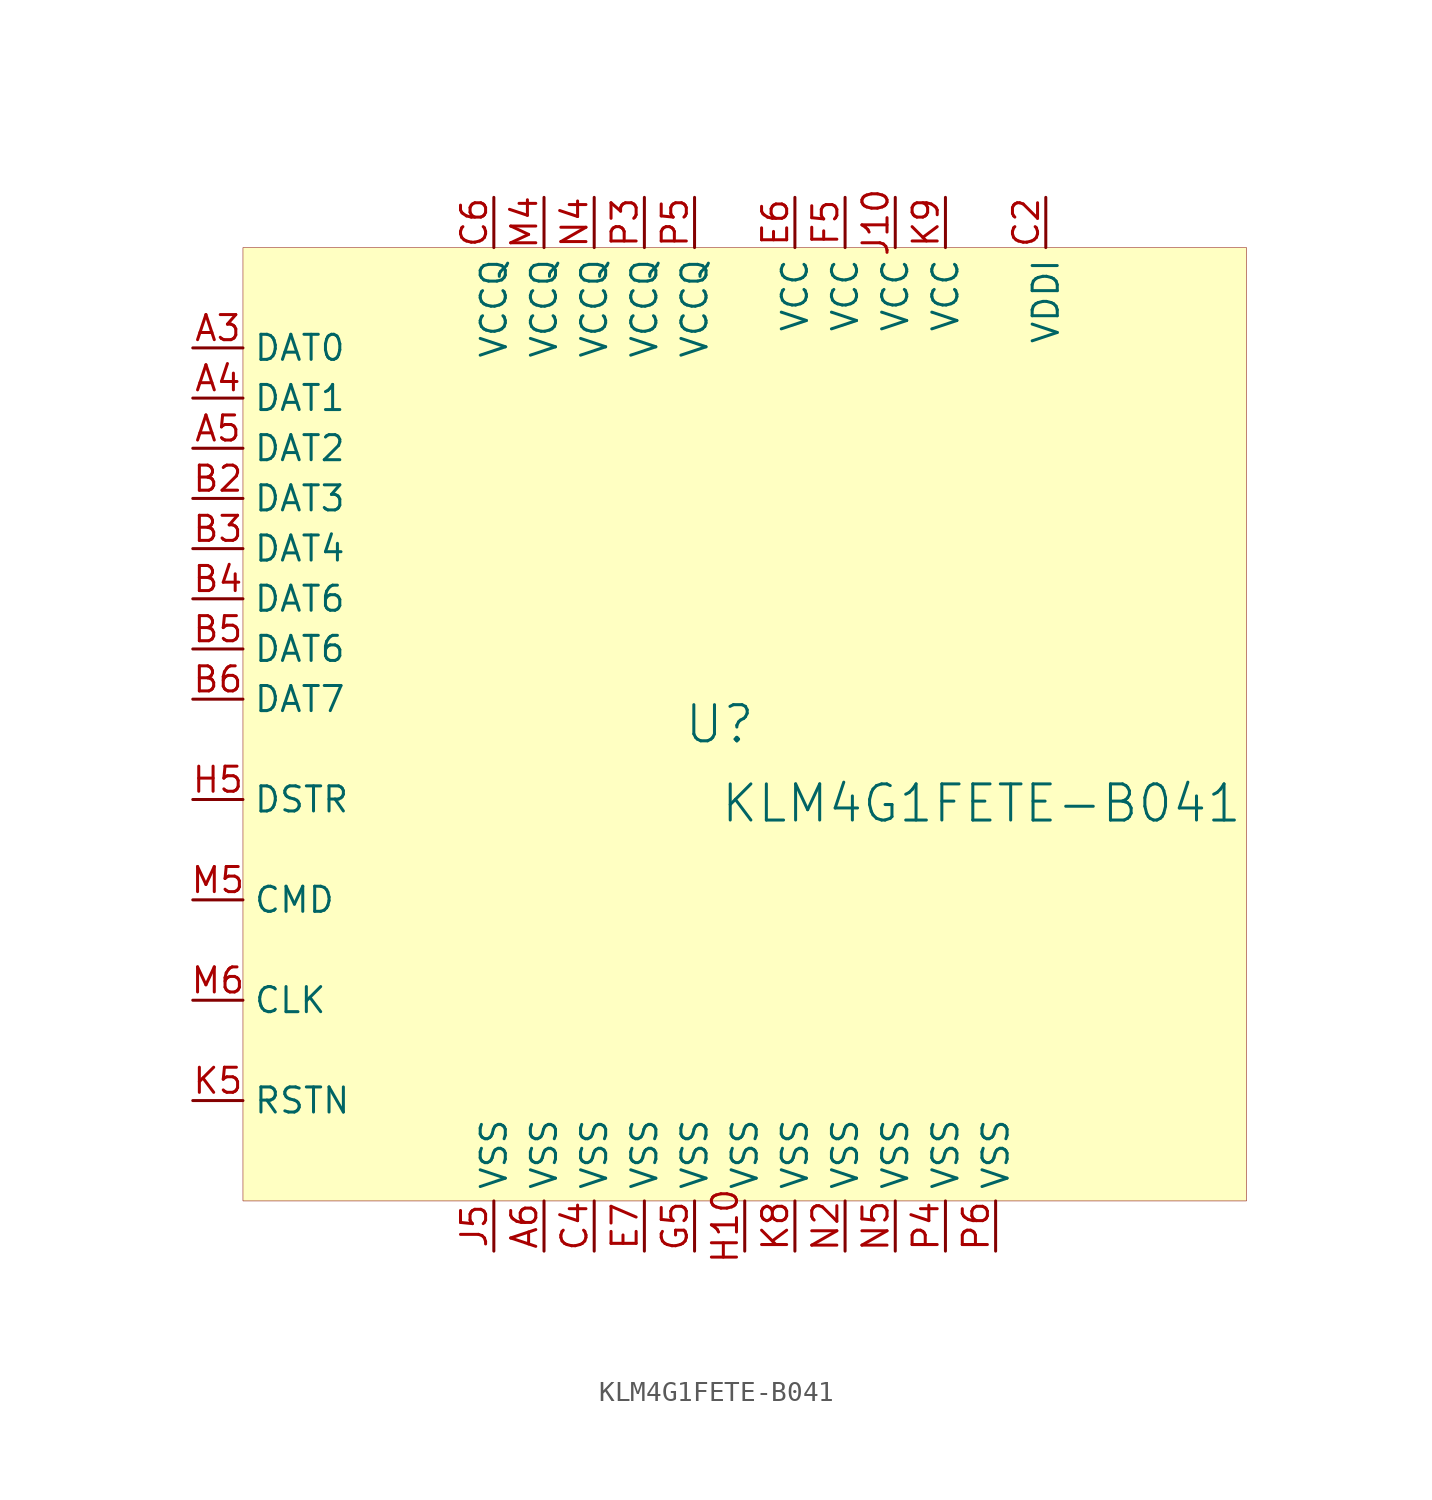
<source format=kicad_sym>
(kicad_symbol_lib
  (version 20231120)
  (generator "kicad_symbol_editor")
  (generator_version "8.0")
  (symbol "KLM4G1FETE-B041"
    (property "Reference" "U"
      (at -1.27 1.27 0)
      (effects (font (size 1.829 1.829))))
    (property "Value" "KLM4G1FETE-B041"
      (at -1.27 -3.81 0)
      (effects (font (size 1.829 1.829)) (justify left bottom)))
    (symbol "KLM4G1FETE-B041_1_0"
      (rectangle (start 25.4 25.4) (end -25.4 -22.86) (stroke (width 0.025) (type solid) (color 128 0 0 1)) (fill (type background)))
      (pin bidirectional line (at -27.94 20.32 0) (length 2.54) (name "DAT0" (effects (font (size 1.27 1.27)))) (number "A3" (effects (font (size 1.27 1.27)))))
      (pin bidirectional line (at -27.94 17.78 0) (length 2.54) (name "DAT1" (effects (font (size 1.27 1.27)))) (number "A4" (effects (font (size 1.27 1.27)))))
      (pin bidirectional line (at -27.94 15.24 0) (length 2.54) (name "DAT2" (effects (font (size 1.27 1.27)))) (number "A5" (effects (font (size 1.27 1.27)))))
      (pin power_in line (at -10.16 -25.4 90) (length 2.54) (name "VSS" (effects (font (size 1.27 1.27)))) (number "A6" (effects (font (size 1.27 1.27)))))
      (pin bidirectional line (at -27.94 12.7 0) (length 2.54) (name "DAT3" (effects (font (size 1.27 1.27)))) (number "B2" (effects (font (size 1.27 1.27)))))
      (pin bidirectional line (at -27.94 10.16 0) (length 2.54) (name "DAT4" (effects (font (size 1.27 1.27)))) (number "B3" (effects (font (size 1.27 1.27)))))
      (pin bidirectional line (at -27.94 7.62 0) (length 2.54) (name "DAT6" (effects (font (size 1.27 1.27)))) (number "B4" (effects (font (size 1.27 1.27)))))
      (pin bidirectional line (at -27.94 5.08 0) (length 2.54) (name "DAT6" (effects (font (size 1.27 1.27)))) (number "B5" (effects (font (size 1.27 1.27)))))
      (pin bidirectional line (at -27.94 2.54 0) (length 2.54) (name "DAT7" (effects (font (size 1.27 1.27)))) (number "B6" (effects (font (size 1.27 1.27)))))
      (pin power_in line (at 15.24 27.94 270) (length 2.54) (name "VDDI" (effects (font (size 1.27 1.27)))) (number "C2" (effects (font (size 1.27 1.27)))))
      (pin power_in line (at -7.62 -25.4 90) (length 2.54) (name "VSS" (effects (font (size 1.27 1.27)))) (number "C4" (effects (font (size 1.27 1.27)))))
      (pin power_in line (at -12.7 27.94 270) (length 2.54) (name "VCCQ" (effects (font (size 1.27 1.27)))) (number "C6" (effects (font (size 1.27 1.27)))))
      (pin power_in line (at 2.54 27.94 270) (length 2.54) (name "VCC" (effects (font (size 1.27 1.27)))) (number "E6" (effects (font (size 1.27 1.27)))))
      (pin power_in line (at -5.08 -25.4 90) (length 2.54) (name "VSS" (effects (font (size 1.27 1.27)))) (number "E7" (effects (font (size 1.27 1.27)))))
      (pin power_in line (at 5.08 27.94 270) (length 2.54) (name "VCC" (effects (font (size 1.27 1.27)))) (number "F5" (effects (font (size 1.27 1.27)))))
      (pin power_in line (at -2.54 -25.4 90) (length 2.54) (name "VSS" (effects (font (size 1.27 1.27)))) (number "G5" (effects (font (size 1.27 1.27)))))
      (pin power_in line (at 0 -25.4 90) (length 2.54) (name "VSS" (effects (font (size 1.27 1.27)))) (number "H10" (effects (font (size 1.27 1.27)))))
      (pin output line (at -27.94 -2.54 0) (length 2.54) (name "DSTR" (effects (font (size 1.27 1.27)))) (number "H5" (effects (font (size 1.27 1.27)))))
      (pin power_in line (at 7.62 27.94 270) (length 2.54) (name "VCC" (effects (font (size 1.27 1.27)))) (number "J10" (effects (font (size 1.27 1.27)))))
      (pin power_in line (at -12.7 -25.4 90) (length 2.54) (name "VSS" (effects (font (size 1.27 1.27)))) (number "J5" (effects (font (size 1.27 1.27)))))
      (pin input line (at -27.94 -17.78 0) (length 2.54) (name "RSTN" (effects (font (size 1.27 1.27)))) (number "K5" (effects (font (size 1.27 1.27)))))
      (pin power_in line (at 2.54 -25.4 90) (length 2.54) (name "VSS" (effects (font (size 1.27 1.27)))) (number "K8" (effects (font (size 1.27 1.27)))))
      (pin power_in line (at 10.16 27.94 270) (length 2.54) (name "VCC" (effects (font (size 1.27 1.27)))) (number "K9" (effects (font (size 1.27 1.27)))))
      (pin power_in line (at -10.16 27.94 270) (length 2.54) (name "VCCQ" (effects (font (size 1.27 1.27)))) (number "M4" (effects (font (size 1.27 1.27)))))
      (pin input line (at -27.94 -7.62 0) (length 2.54) (name "CMD" (effects (font (size 1.27 1.27)))) (number "M5" (effects (font (size 1.27 1.27)))))
      (pin input line (at -27.94 -12.7 0) (length 2.54) (name "CLK" (effects (font (size 1.27 1.27)))) (number "M6" (effects (font (size 1.27 1.27)))))
      (pin power_in line (at 5.08 -25.4 90) (length 2.54) (name "VSS" (effects (font (size 1.27 1.27)))) (number "N2" (effects (font (size 1.27 1.27)))))
      (pin power_in line (at -7.62 27.94 270) (length 2.54) (name "VCCQ" (effects (font (size 1.27 1.27)))) (number "N4" (effects (font (size 1.27 1.27)))))
      (pin power_in line (at 7.62 -25.4 90) (length 2.54) (name "VSS" (effects (font (size 1.27 1.27)))) (number "N5" (effects (font (size 1.27 1.27)))))
      (pin power_in line (at -5.08 27.94 270) (length 2.54) (name "VCCQ" (effects (font (size 1.27 1.27)))) (number "P3" (effects (font (size 1.27 1.27)))))
      (pin power_in line (at 10.16 -25.4 90) (length 2.54) (name "VSS" (effects (font (size 1.27 1.27)))) (number "P4" (effects (font (size 1.27 1.27)))))
      (pin power_in line (at -2.54 27.94 270) (length 2.54) (name "VCCQ" (effects (font (size 1.27 1.27)))) (number "P5" (effects (font (size 1.27 1.27)))))
      (pin power_in line (at 12.7 -25.4 90) (length 2.54) (name "VSS" (effects (font (size 1.27 1.27)))) (number "P6" (effects (font (size 1.27 1.27))))))))
</source>
